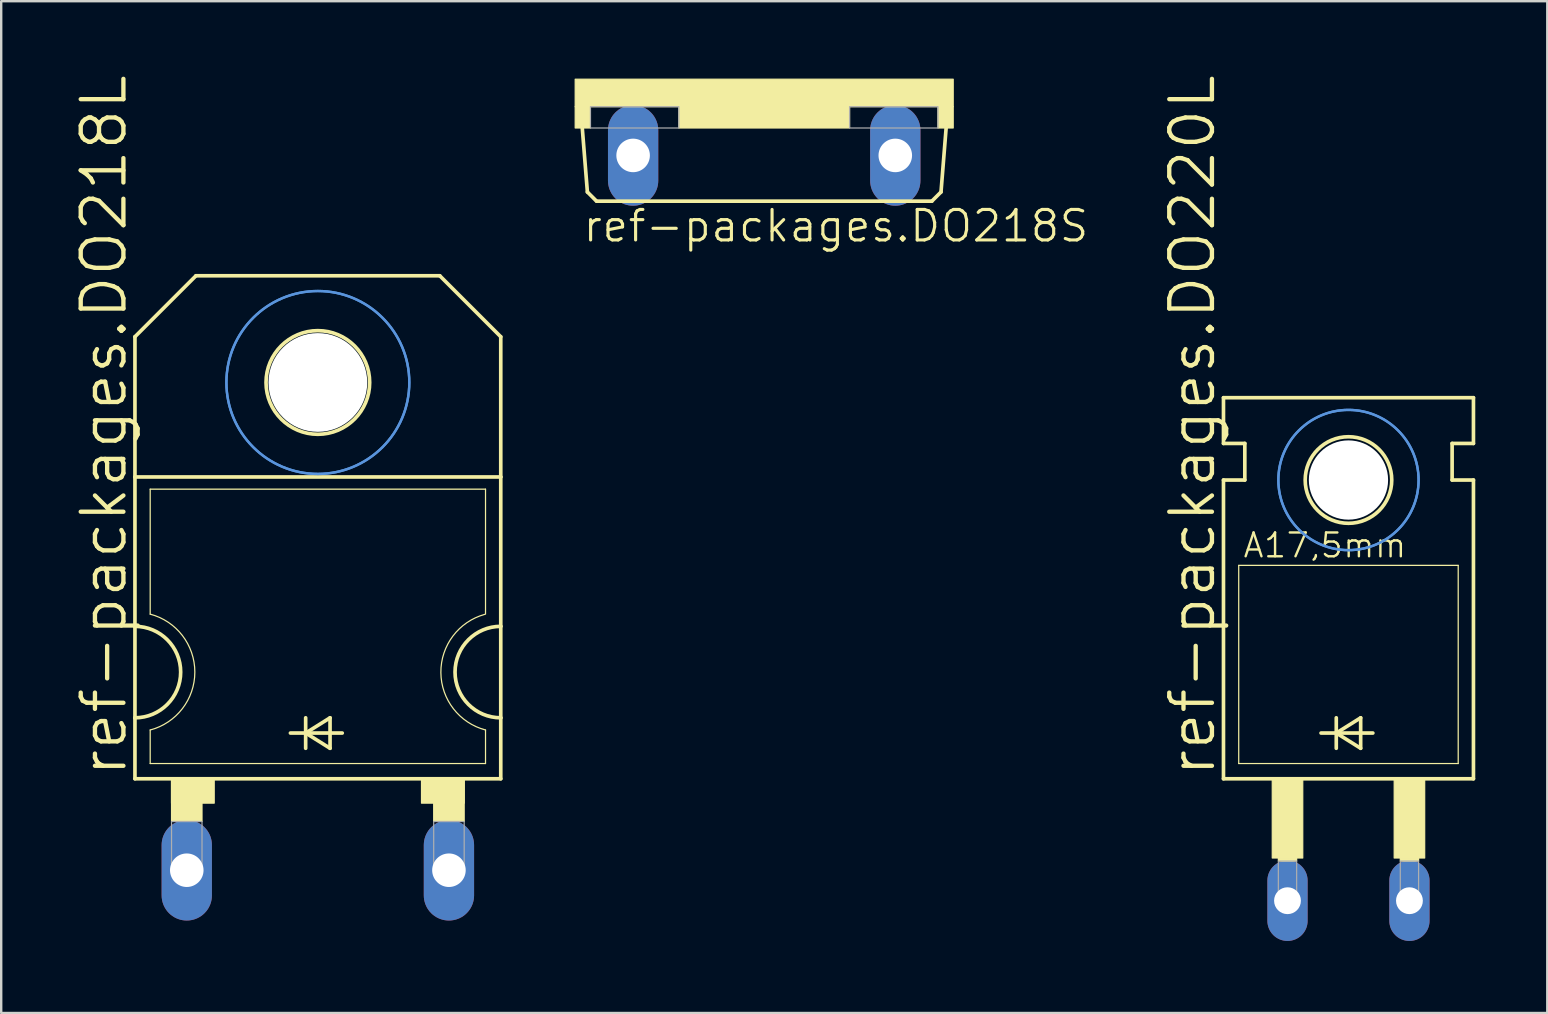
<source format=kicad_pcb>
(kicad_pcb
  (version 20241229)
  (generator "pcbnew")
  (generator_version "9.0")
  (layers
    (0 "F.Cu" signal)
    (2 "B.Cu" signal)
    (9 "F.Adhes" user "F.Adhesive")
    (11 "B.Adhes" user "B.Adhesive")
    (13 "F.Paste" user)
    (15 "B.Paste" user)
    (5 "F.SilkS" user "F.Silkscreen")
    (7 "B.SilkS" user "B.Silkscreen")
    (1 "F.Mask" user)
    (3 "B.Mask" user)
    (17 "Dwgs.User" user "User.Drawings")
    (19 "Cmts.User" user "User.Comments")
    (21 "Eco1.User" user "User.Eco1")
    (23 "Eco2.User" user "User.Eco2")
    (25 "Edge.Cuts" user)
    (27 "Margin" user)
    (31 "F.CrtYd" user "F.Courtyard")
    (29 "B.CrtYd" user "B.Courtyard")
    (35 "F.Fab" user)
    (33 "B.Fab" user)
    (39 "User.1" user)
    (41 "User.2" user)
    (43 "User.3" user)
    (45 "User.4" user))
  (footprint "ref-packages.DO218L"
    (layer "F.Cu")
    (at 10.192 23.044)
    (property "Reference" "ref-packages.DO218L" (at -7.874 6.35 90) (layer "F.SilkS") (effects (font (size 1.778 1.778) (thickness 0.18)) (justify left bottom)))
    (attr through_hole)
    (fp_line (start -7.62 -12.065) (end -7.62 -6.223) (stroke (width 0.152) (type default)) (layer "F.SilkS"))
    (fp_line (start -7.62 -12.065) (end -5.08 -14.605) (stroke (width 0.152) (type default)) (layer "F.SilkS"))
    (fp_line (start -7.62 0) (end -7.62 -6.223) (stroke (width 0.152) (type default)) (layer "F.SilkS"))
    (fp_line (start -7.62 3.81) (end -7.62 0) (stroke (width 0.152) (type default)) (layer "F.SilkS"))
    (fp_line (start -7.62 6.35) (end -7.62 3.81) (stroke (width 0.152) (type default)) (layer "F.SilkS"))
    (fp_line (start -7.62 6.35) (end 7.62 6.35) (stroke (width 0.152) (type default)) (layer "F.SilkS"))
    (fp_line (start -6.985 -0.508) (end -6.985 -5.715) (stroke (width 0.051) (type default)) (layer "F.SilkS"))
    (fp_line (start -6.985 5.715) (end -6.985 4.318) (stroke (width 0.051) (type default)) (layer "F.SilkS"))
    (fp_line (start -6.985 5.715) (end 6.985 5.715) (stroke (width 0.051) (type default)) (layer "F.SilkS"))
    (fp_line (start -1.143 4.445) (end -0.508 4.445) (stroke (width 0.152) (type default)) (layer "F.SilkS"))
    (fp_line (start -0.508 3.81) (end -0.508 4.445) (stroke (width 0.152) (type default)) (layer "F.SilkS"))
    (fp_line (start -0.508 4.445) (end -0.508 5.08) (stroke (width 0.152) (type default)) (layer "F.SilkS"))
    (fp_line (start -0.508 4.445) (end 0.508 3.81) (stroke (width 0.152) (type default)) (layer "F.SilkS"))
    (fp_line (start -0.508 4.445) (end 1.016 4.445) (stroke (width 0.152) (type default)) (layer "F.SilkS"))
    (fp_line (start 0.508 3.81) (end 0.508 5.08) (stroke (width 0.152) (type default)) (layer "F.SilkS"))
    (fp_line (start 0.508 5.08) (end -0.508 4.445) (stroke (width 0.152) (type default)) (layer "F.SilkS"))
    (fp_line (start 5.08 -14.605) (end -5.08 -14.605) (stroke (width 0.152) (type default)) (layer "F.SilkS"))
    (fp_line (start 6.985 -5.715) (end -6.985 -5.715) (stroke (width 0.051) (type default)) (layer "F.SilkS"))
    (fp_line (start 6.985 -0.508) (end 6.985 -5.715) (stroke (width 0.051) (type default)) (layer "F.SilkS"))
    (fp_line (start 6.985 5.715) (end 6.985 4.318) (stroke (width 0.051) (type default)) (layer "F.SilkS"))
    (fp_line (start 7.62 -12.065) (end 5.08 -14.605) (stroke (width 0.152) (type default)) (layer "F.SilkS"))
    (fp_line (start 7.62 -12.065) (end 7.62 -6.223) (stroke (width 0.152) (type default)) (layer "F.SilkS"))
    (fp_line (start 7.62 -6.223) (end -7.62 -6.223) (stroke (width 0.152) (type default)) (layer "F.SilkS"))
    (fp_line (start 7.62 -6.223) (end 7.62 0) (stroke (width 0.152) (type default)) (layer "F.SilkS"))
    (fp_line (start 7.62 0) (end 7.62 3.81) (stroke (width 0.152) (type default)) (layer "F.SilkS"))
    (fp_line (start 7.62 3.81) (end 7.62 6.35) (stroke (width 0.152) (type default)) (layer "F.SilkS"))
    (fp_rect (start -6.096 7.366) (end -4.318 6.35) (stroke (width 0.05) (type default)) (fill yes) (layer "F.SilkS"))
    (fp_rect (start -6.096 8.128) (end -4.826 6.35) (stroke (width 0.05) (type default)) (fill yes) (layer "F.SilkS"))
    (fp_rect (start 4.318 7.366) (end 6.096 6.35) (stroke (width 0.05) (type default)) (fill yes) (layer "F.SilkS"))
    (fp_rect (start 4.826 8.128) (end 6.096 6.35) (stroke (width 0.05) (type default)) (fill yes) (layer "F.SilkS"))
    (fp_arc (start -7.62 0) (mid -5.715 1.905) (end -7.62 3.81) (stroke (width 0.1524) (type default)) (layer "F.SilkS"))
    (fp_arc (start -6.985 -0.508) (mid -5.124846 1.905) (end -6.985 4.318) (stroke (width 0.0508) (type default)) (layer "F.SilkS"))
    (fp_arc (start 6.9851 4.3178) (mid 5.125027 1.921942) (end 6.9522 -0.4991) (stroke (width 0.0508) (type default)) (layer "F.SilkS"))
    (fp_arc (start 7.62 3.81) (mid 5.715 1.905) (end 7.62 0) (stroke (width 0.1524) (type default)) (layer "F.SilkS"))
    (fp_circle (center 0 -10.16) (end 2.159 -10.16) (stroke (width 0.152) (type default)) (fill no) (layer "F.SilkS"))
    (fp_circle (center 0 -10.16) (end 3.81 -10.16) (stroke (width 0.1) (type default)) (fill no) (layer "Cmts.User"))
    (fp_circle (center 0 -10.16) (end 3.81 -10.16) (stroke (width 0.1) (type default)) (fill no) (layer "Cmts.User"))
    (fp_rect (start -6.096 10.16) (end -4.826 8.128) (stroke (width 0.05) (type default)) (fill no) (layer "F.Fab"))
    (fp_rect (start 4.826 10.16) (end 6.096 8.128) (stroke (width 0.05) (type default)) (fill no) (layer "F.Fab"))
    (pad "" np_thru_hole circle (at 0 -10.16) (size 4.115 4.115) (drill 4.115) (layers "*.Cu" "*.Mask"))
    (pad "A" thru_hole oval (at 5.461 10.16 90) (size 4.191 2.095) (drill 1.397) (layers "*.Cu" "*.Mask"))
    (pad "C" thru_hole oval (at -5.461 10.16 90) (size 4.191 2.095) (drill 1.397) (layers "*.Cu" "*.Mask")))
  (footprint "ref-packages.DO220L"
    (layer "F.Cu")
    (at 53.128 28.124)
    (property "Reference" "ref-packages.DO220L" (at -5.461 1.27 90) (layer "F.SilkS") (effects (font (size 1.778 1.778) (thickness 0.18)) (justify left bottom)))
    (attr through_hole)
    (fp_line (start -5.207 -12.7) (end -5.207 -14.605) (stroke (width 0.152) (type default)) (layer "F.SilkS"))
    (fp_line (start -5.207 -11.176) (end -4.318 -11.176) (stroke (width 0.152) (type default)) (layer "F.SilkS"))
    (fp_line (start -5.207 1.27) (end -5.207 -11.176) (stroke (width 0.152) (type default)) (layer "F.SilkS"))
    (fp_line (start -5.207 1.27) (end 5.207 1.27) (stroke (width 0.152) (type default)) (layer "F.SilkS"))
    (fp_line (start -4.572 0.635) (end -4.572 -7.62) (stroke (width 0.051) (type default)) (layer "F.SilkS"))
    (fp_line (start -4.572 0.635) (end 4.572 0.635) (stroke (width 0.051) (type default)) (layer "F.SilkS"))
    (fp_line (start -4.318 -12.7) (end -5.207 -12.7) (stroke (width 0.152) (type default)) (layer "F.SilkS"))
    (fp_line (start -4.318 -11.176) (end -4.318 -12.7) (stroke (width 0.152) (type default)) (layer "F.SilkS"))
    (fp_line (start -1.143 -0.635) (end -0.508 -0.635) (stroke (width 0.152) (type default)) (layer "F.SilkS"))
    (fp_line (start -0.508 -1.27) (end -0.508 -0.635) (stroke (width 0.152) (type default)) (layer "F.SilkS"))
    (fp_line (start -0.508 -0.635) (end -0.508 0) (stroke (width 0.152) (type default)) (layer "F.SilkS"))
    (fp_line (start -0.508 -0.635) (end 0.508 -1.27) (stroke (width 0.152) (type default)) (layer "F.SilkS"))
    (fp_line (start -0.508 -0.635) (end 1.016 -0.635) (stroke (width 0.152) (type default)) (layer "F.SilkS"))
    (fp_line (start 0.508 -1.27) (end 0.508 0) (stroke (width 0.152) (type default)) (layer "F.SilkS"))
    (fp_line (start 0.508 0) (end -0.508 -0.635) (stroke (width 0.152) (type default)) (layer "F.SilkS"))
    (fp_line (start 4.318 -12.7) (end 5.207 -12.7) (stroke (width 0.152) (type default)) (layer "F.SilkS"))
    (fp_line (start 4.318 -11.176) (end 4.318 -12.7) (stroke (width 0.152) (type default)) (layer "F.SilkS"))
    (fp_line (start 4.572 -7.62) (end -4.572 -7.62) (stroke (width 0.051) (type default)) (layer "F.SilkS"))
    (fp_line (start 4.572 -7.62) (end 4.572 0.635) (stroke (width 0.051) (type default)) (layer "F.SilkS"))
    (fp_line (start 5.207 -14.605) (end -5.207 -14.605) (stroke (width 0.152) (type default)) (layer "F.SilkS"))
    (fp_line (start 5.207 -12.7) (end 5.207 -14.605) (stroke (width 0.152) (type default)) (layer "F.SilkS"))
    (fp_line (start 5.207 -11.176) (end 4.318 -11.176) (stroke (width 0.152) (type default)) (layer "F.SilkS"))
    (fp_line (start 5.207 1.27) (end 5.207 -11.176) (stroke (width 0.152) (type default)) (layer "F.SilkS"))
    (fp_rect (start -3.175 4.572) (end -1.905 1.27) (stroke (width 0.05) (type default)) (fill yes) (layer "F.SilkS"))
    (fp_rect (start -2.921 4.699) (end -2.159 4.572) (stroke (width 0.05) (type default)) (fill yes) (layer "F.SilkS"))
    (fp_rect (start 1.905 4.572) (end 3.175 1.27) (stroke (width 0.05) (type default)) (fill yes) (layer "F.SilkS"))
    (fp_rect (start 2.159 4.699) (end 2.921 4.572) (stroke (width 0.05) (type default)) (fill yes) (layer "F.SilkS"))
    (fp_circle (center 0 -11.176) (end 1.803 -11.176) (stroke (width 0.152) (type default)) (fill no) (layer "F.SilkS"))
    (fp_circle (center 0 -11.176) (end 2.921 -11.176) (stroke (width 0.1) (type default)) (fill no) (layer "Cmts.User"))
    (fp_circle (center 0 -11.176) (end 2.921 -11.176) (stroke (width 0.1) (type default)) (fill no) (layer "Cmts.User"))
    (fp_rect (start -2.921 6.35) (end -2.159 4.699) (stroke (width 0.05) (type default)) (fill no) (layer "F.Fab"))
    (fp_rect (start 2.159 6.35) (end 2.921 4.699) (stroke (width 0.05) (type default)) (fill no) (layer "F.Fab"))
    (fp_text user "A17,5mm" (at -4.445 -7.874 0) (layer "F.SilkS") (effects (font (size 0.991 0.991) (thickness 0.1)) (justify left bottom)))
    (pad "" np_thru_hole circle (at 0 -11.176) (size 3.302 3.302) (drill 3.302) (layers "*.Cu" "*.Mask"))
    (pad "A" thru_hole oval (at 2.54 6.35 90) (size 3.353 1.676) (drill 1.118) (layers "*.Cu" "*.Mask"))
    (pad "C" thru_hole oval (at -2.54 6.35 90) (size 3.353 1.676) (drill 1.118) (layers "*.Cu" "*.Mask")))
  (footprint "ref-packages.DO218S"
    (layer "F.Cu")
    (at 28.787 0.25)
    (property "Reference" "ref-packages.DO218S" (at -7.62 6.858 0) (layer "F.SilkS") (effects (font (size 1.27 1.27) (thickness 0.13)) (justify left bottom)))
    (attr through_hole)
    (fp_line (start -7.366 4.699) (end -7.62 1.524) (stroke (width 0.152) (type default)) (layer "F.SilkS"))
    (fp_line (start -6.985 5.08) (end -7.366 4.699) (stroke (width 0.152) (type default)) (layer "F.SilkS"))
    (fp_line (start -6.985 5.08) (end 6.985 5.08) (stroke (width 0.152) (type default)) (layer "F.SilkS"))
    (fp_line (start 6.985 5.08) (end 7.366 4.699) (stroke (width 0.152) (type default)) (layer "F.SilkS"))
    (fp_line (start 7.366 4.699) (end 7.62 1.524) (stroke (width 0.152) (type default)) (layer "F.SilkS"))
    (fp_rect (start -7.874 1.143) (end 7.874 0) (stroke (width 0.05) (type default)) (fill yes) (layer "F.SilkS"))
    (fp_rect (start -7.874 2.032) (end -7.239 1.143) (stroke (width 0.05) (type default)) (fill yes) (layer "F.SilkS"))
    (fp_rect (start -3.556 2.032) (end 3.556 1.143) (stroke (width 0.05) (type default)) (fill yes) (layer "F.SilkS"))
    (fp_rect (start 7.239 2.032) (end 7.874 1.143) (stroke (width 0.05) (type default)) (fill yes) (layer "F.SilkS"))
    (fp_rect (start -7.239 2.032) (end -3.556 1.143) (stroke (width 0.05) (type default)) (fill no) (layer "F.Fab"))
    (fp_rect (start 3.556 2.032) (end 7.239 1.143) (stroke (width 0.05) (type default)) (fill no) (layer "F.Fab"))
    (pad "A" thru_hole oval (at 5.461 3.175 90) (size 4.191 2.095) (drill 1.397) (layers "*.Cu" "*.Mask"))
    (pad "C" thru_hole oval (at -5.461 3.175 90) (size 4.191 2.095) (drill 1.397) (layers "*.Cu" "*.Mask")))
  (gr_rect
    (start -3 -3)
    (end 61.411 39.151)
    (stroke (width 0.1) (type default))
    (fill no)
    (layer "Edge.Cuts")))
</source>
